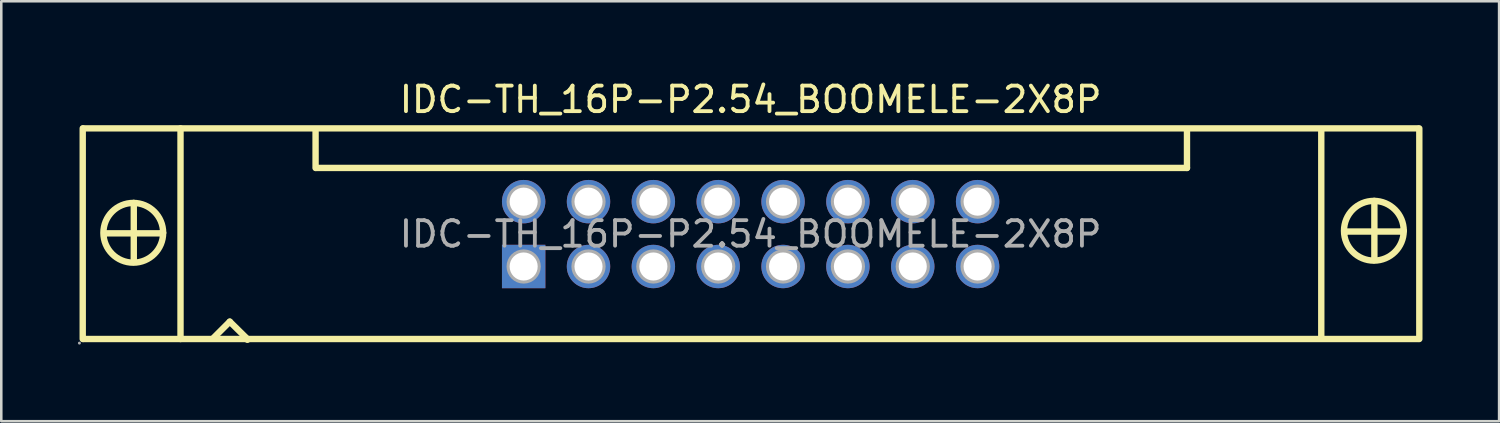
<source format=kicad_pcb>
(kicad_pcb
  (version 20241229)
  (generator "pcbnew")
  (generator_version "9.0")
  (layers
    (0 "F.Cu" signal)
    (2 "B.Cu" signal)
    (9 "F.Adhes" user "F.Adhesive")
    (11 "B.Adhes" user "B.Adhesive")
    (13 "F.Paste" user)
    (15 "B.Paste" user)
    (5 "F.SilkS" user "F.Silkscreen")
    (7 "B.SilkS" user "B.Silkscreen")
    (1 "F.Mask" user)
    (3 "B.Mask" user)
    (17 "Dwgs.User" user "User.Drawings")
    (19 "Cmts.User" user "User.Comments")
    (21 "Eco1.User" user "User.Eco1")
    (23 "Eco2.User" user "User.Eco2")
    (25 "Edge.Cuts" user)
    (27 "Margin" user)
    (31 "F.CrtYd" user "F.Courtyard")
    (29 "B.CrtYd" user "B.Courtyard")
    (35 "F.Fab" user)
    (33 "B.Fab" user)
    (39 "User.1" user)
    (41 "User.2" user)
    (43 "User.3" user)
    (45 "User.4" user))
  (footprint "IDC-TH_16P-P2.54_BOOMELE-2X8P"
    (layer "F.Cu")
    (at 26.35 6.118)
    (property "Reference" "IDC-TH_16P-P2.54_BOOMELE-2X8P" (at 0 -5.27 0) (layer "F.SilkS") (effects (font (size 1 1) (thickness 0.15))))
    (attr through_hole)
    (fp_line (start -26.16 -4.14) (end -26.16 4.11) (stroke (width 0.25) (type solid)) (layer "F.SilkS"))
    (fp_line (start -26.14 -4.14) (end 26.13 -4.14) (stroke (width 0.25) (type solid)) (layer "F.SilkS"))
    (fp_line (start -26.13 4.11) (end 26.14 4.11) (stroke (width 0.25) (type solid)) (layer "F.SilkS"))
    (fp_line (start -25.32 -0.03) (end -23.09 -0.03) (stroke (width 0.25) (type solid)) (layer "F.SilkS"))
    (fp_line (start -25.32 0.03) (end -25.32 -0.03) (stroke (width 0.25) (type solid)) (layer "F.SilkS"))
    (fp_line (start -24.16 -1.22) (end -24.16 1.07) (stroke (width 0.25) (type solid)) (layer "F.SilkS"))
    (fp_line (start -24.16 1.07) (end -24.18 1.09) (stroke (width 0.25) (type solid)) (layer "F.SilkS"))
    (fp_line (start -23.09 -0.03) (end -23.01 -0.05) (stroke (width 0.25) (type solid)) (layer "F.SilkS"))
    (fp_line (start -22.33 -4.14) (end -22.33 4.11) (stroke (width 0.25) (type solid)) (layer "F.SilkS"))
    (fp_line (start -21.03 4.06) (end -20.4 3.43) (stroke (width 0.25) (type solid)) (layer "F.SilkS"))
    (fp_line (start -20.4 3.43) (end -19.71 4.11) (stroke (width 0.25) (type solid)) (layer "F.SilkS"))
    (fp_line (start -19.71 4.11) (end -19.71 4.14) (stroke (width 0.25) (type solid)) (layer "F.SilkS"))
    (fp_line (start -17.04 -2.59) (end -17.04 -4.09) (stroke (width 0.25) (type solid)) (layer "F.SilkS"))
    (fp_line (start -17.02 -2.59) (end 17.09 -2.59) (stroke (width 0.25) (type solid)) (layer "F.SilkS"))
    (fp_line (start 17.09 -2.59) (end 17.09 -4.09) (stroke (width 0.25) (type solid)) (layer "F.SilkS"))
    (fp_line (start 22.35 -4.09) (end 22.35 4.06) (stroke (width 0.25) (type solid)) (layer "F.SilkS"))
    (fp_line (start 23.27 -0.1) (end 25.5 -0.1) (stroke (width 0.25) (type solid)) (layer "F.SilkS"))
    (fp_line (start 23.27 -0.05) (end 23.27 -0.1) (stroke (width 0.25) (type solid)) (layer "F.SilkS"))
    (fp_line (start 24.43 -1.3) (end 24.43 0.99) (stroke (width 0.25) (type solid)) (layer "F.SilkS"))
    (fp_line (start 24.43 0.99) (end 24.41 1.02) (stroke (width 0.25) (type solid)) (layer "F.SilkS"))
    (fp_line (start 25.5 -0.1) (end 25.58 -0.13) (stroke (width 0.25) (type solid)) (layer "F.SilkS"))
    (fp_line (start 26.19 -4.14) (end 26.19 4.11) (stroke (width 0.25) (type solid)) (layer "F.SilkS"))
    (fp_circle (center -24.18 -0.05) (end -23.01 -0.05) (stroke (width 0.25) (type solid)) (fill no) (layer "F.SilkS"))
    (fp_circle (center 24.41 -0.13) (end 25.58 -0.13) (stroke (width 0.25) (type solid)) (fill no) (layer "F.SilkS"))
    (fp_circle (center -26.29 4.27) (end -26.26 4.27) (stroke (width 0.06) (type solid)) (fill no) (layer "F.Fab"))
    (fp_circle (center -8.89 -1.27) (end -8.67 -1.27) (stroke (width 0.45) (type solid)) (fill no) (layer "F.Fab"))
    (fp_circle (center -8.89 1.27) (end -8.67 1.27) (stroke (width 0.45) (type solid)) (fill no) (layer "F.Fab"))
    (fp_circle (center -6.35 -1.27) (end -6.13 -1.27) (stroke (width 0.45) (type solid)) (fill no) (layer "F.Fab"))
    (fp_circle (center -6.35 1.27) (end -6.13 1.27) (stroke (width 0.45) (type solid)) (fill no) (layer "F.Fab"))
    (fp_circle (center -3.81 -1.27) (end -3.59 -1.27) (stroke (width 0.45) (type solid)) (fill no) (layer "F.Fab"))
    (fp_circle (center -3.81 1.27) (end -3.59 1.27) (stroke (width 0.45) (type solid)) (fill no) (layer "F.Fab"))
    (fp_circle (center -1.27 -1.27) (end -1.05 -1.27) (stroke (width 0.45) (type solid)) (fill no) (layer "F.Fab"))
    (fp_circle (center -1.27 1.27) (end -1.05 1.27) (stroke (width 0.45) (type solid)) (fill no) (layer "F.Fab"))
    (fp_circle (center 1.27 -1.27) (end 1.49 -1.27) (stroke (width 0.45) (type solid)) (fill no) (layer "F.Fab"))
    (fp_circle (center 1.27 1.27) (end 1.49 1.27) (stroke (width 0.45) (type solid)) (fill no) (layer "F.Fab"))
    (fp_circle (center 3.81 -1.27) (end 4.03 -1.27) (stroke (width 0.45) (type solid)) (fill no) (layer "F.Fab"))
    (fp_circle (center 3.81 1.27) (end 4.03 1.27) (stroke (width 0.45) (type solid)) (fill no) (layer "F.Fab"))
    (fp_circle (center 6.35 -1.27) (end 6.57 -1.27) (stroke (width 0.45) (type solid)) (fill no) (layer "F.Fab"))
    (fp_circle (center 6.35 1.27) (end 6.57 1.27) (stroke (width 0.45) (type solid)) (fill no) (layer "F.Fab"))
    (fp_circle (center 8.89 -1.27) (end 9.11 -1.27) (stroke (width 0.45) (type solid)) (fill no) (layer "F.Fab"))
    (fp_circle (center 8.89 1.27) (end 9.11 1.27) (stroke (width 0.45) (type solid)) (fill no) (layer "F.Fab"))
    (fp_text user "${REFERENCE}" (at 0 0 0) (layer "F.Fab") (effects (font (size 1 1) (thickness 0.15))))
    (pad "1" thru_hole rect (at -8.89 1.27) (size 1.7 1.7) (drill 1.1) (layers "*.Cu" "*.Paste" "*.Mask"))
    (pad "2" thru_hole circle (at -8.89 -1.27) (size 1.7 1.7) (drill 1.1) (layers "*.Cu" "*.Paste" "*.Mask"))
    (pad "3" thru_hole circle (at -6.35 1.27) (size 1.7 1.7) (drill 1.1) (layers "*.Cu" "*.Paste" "*.Mask"))
    (pad "4" thru_hole circle (at -6.35 -1.27) (size 1.7 1.7) (drill 1.1) (layers "*.Cu" "*.Paste" "*.Mask"))
    (pad "5" thru_hole circle (at -3.81 1.27) (size 1.7 1.7) (drill 1.1) (layers "*.Cu" "*.Paste" "*.Mask"))
    (pad "6" thru_hole circle (at -3.81 -1.27) (size 1.7 1.7) (drill 1.1) (layers "*.Cu" "*.Paste" "*.Mask"))
    (pad "7" thru_hole circle (at -1.27 1.27) (size 1.7 1.7) (drill 1.1) (layers "*.Cu" "*.Paste" "*.Mask"))
    (pad "8" thru_hole circle (at -1.27 -1.27) (size 1.7 1.7) (drill 1.1) (layers "*.Cu" "*.Paste" "*.Mask"))
    (pad "9" thru_hole circle (at 1.27 1.27) (size 1.7 1.7) (drill 1.1) (layers "*.Cu" "*.Paste" "*.Mask"))
    (pad "10" thru_hole circle (at 1.27 -1.27) (size 1.7 1.7) (drill 1.1) (layers "*.Cu" "*.Paste" "*.Mask"))
    (pad "11" thru_hole circle (at 3.81 1.27) (size 1.7 1.7) (drill 1.1) (layers "*.Cu" "*.Paste" "*.Mask"))
    (pad "12" thru_hole circle (at 3.81 -1.27) (size 1.7 1.7) (drill 1.1) (layers "*.Cu" "*.Paste" "*.Mask"))
    (pad "13" thru_hole circle (at 6.35 1.27) (size 1.7 1.7) (drill 1.1) (layers "*.Cu" "*.Paste" "*.Mask"))
    (pad "14" thru_hole circle (at 6.35 -1.27) (size 1.7 1.7) (drill 1.1) (layers "*.Cu" "*.Paste" "*.Mask"))
    (pad "15" thru_hole circle (at 8.89 1.27) (size 1.7 1.7) (drill 1.1) (layers "*.Cu" "*.Paste" "*.Mask"))
    (pad "16" thru_hole circle (at 8.89 -1.27) (size 1.7 1.7) (drill 1.1) (layers "*.Cu" "*.Paste" "*.Mask")))
  (gr_rect
    (start -3 -3)
    (end 55.665 13.448)
    (stroke (width 0.1) (type default))
    (fill no)
    (layer "Edge.Cuts")))
</source>
